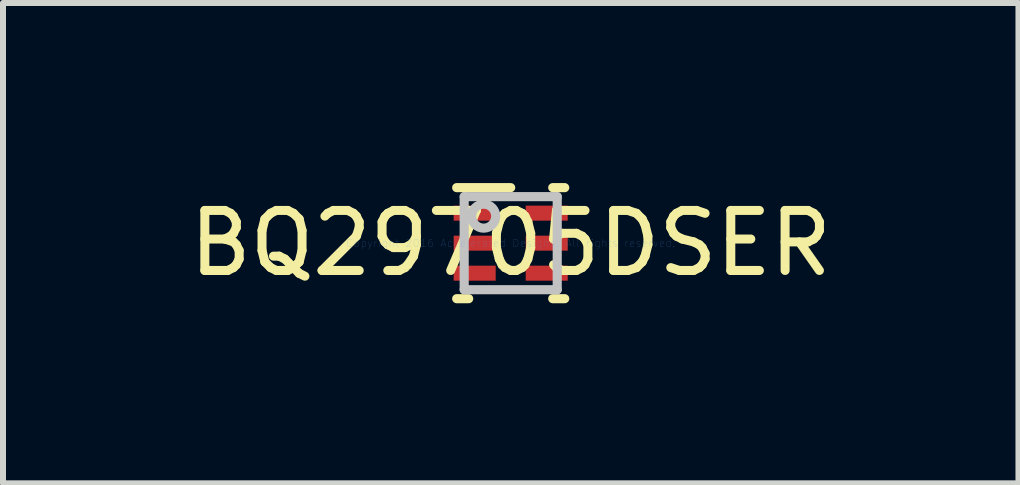
<source format=kicad_pcb>
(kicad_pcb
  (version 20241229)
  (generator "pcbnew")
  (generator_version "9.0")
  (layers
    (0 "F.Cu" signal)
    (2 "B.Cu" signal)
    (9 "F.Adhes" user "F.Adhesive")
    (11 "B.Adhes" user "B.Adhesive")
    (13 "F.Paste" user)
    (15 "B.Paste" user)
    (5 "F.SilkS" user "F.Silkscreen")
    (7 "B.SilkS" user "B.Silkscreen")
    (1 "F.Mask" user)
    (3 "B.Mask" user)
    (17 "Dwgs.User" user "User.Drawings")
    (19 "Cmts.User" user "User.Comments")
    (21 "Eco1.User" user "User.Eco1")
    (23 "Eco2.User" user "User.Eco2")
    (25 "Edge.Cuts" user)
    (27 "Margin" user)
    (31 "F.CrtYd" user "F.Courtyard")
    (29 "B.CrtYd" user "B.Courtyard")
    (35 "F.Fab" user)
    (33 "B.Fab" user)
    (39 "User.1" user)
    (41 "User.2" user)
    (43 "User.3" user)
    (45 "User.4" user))
  (footprint "BQ29705DSER"
    (layer "F.Cu")
    (at 5.458 1.001)
    (property "Reference" "BQ29705DSER" (at 0 0 0) (layer "F.SilkS") (effects (font (size 1 1) (thickness 0.15))))
    (attr through_hole)
    (fp_line (start -0.9 -0.925) (end 0 -0.925) (stroke (width 0.152) (type solid)) (layer "F.SilkS"))
    (fp_line (start -0.9 0.925) (end -0.7 0.925) (stroke (width 0.152) (type solid)) (layer "F.SilkS"))
    (fp_line (start 0.7 -0.925) (end 0.9 -0.925) (stroke (width 0.152) (type solid)) (layer "F.SilkS"))
    (fp_line (start 0.7 0.925) (end 0.9 0.925) (stroke (width 0.152) (type solid)) (layer "F.SilkS"))
    (fp_line (start -0.775 -0.775) (end 0.775 -0.775) (stroke (width 0.152) (type solid)) (layer "Dwgs.User"))
    (fp_line (start -0.775 0.775) (end -0.775 -0.775) (stroke (width 0.152) (type solid)) (layer "Dwgs.User"))
    (fp_line (start -0.775 0.775) (end 0.775 0.775) (stroke (width 0.152) (type solid)) (layer "Dwgs.User"))
    (fp_line (start 0.775 0.775) (end 0.775 -0.775) (stroke (width 0.152) (type solid)) (layer "Dwgs.User"))
    (fp_circle (center -0.45 -0.45) (end -0.25 -0.45) (stroke (width 0.152) (type solid)) (fill no) (layer "Dwgs.User"))
    (fp_text user "Copyright 2016 Accelerated Designs. All rights reserved." (at 0 0 0) (layer "Cmts.User") (effects (font (size 0.127 0.127) (thickness 0.002))))
    (pad "1" smd rect (at -0.62 -0.5) (size 0.66 0.25) (layers "F.Cu" "F.Mask" "F.Paste"))
    (pad "2" smd rect (at -0.6 0) (size 0.7 0.25) (layers "F.Cu" "F.Mask" "F.Paste"))
    (pad "3" smd rect (at -0.6 0.5) (size 0.7 0.25) (layers "F.Cu" "F.Mask" "F.Paste"))
    (pad "4" smd rect (at 0.6 0.5) (size 0.7 0.25) (layers "F.Cu" "F.Mask" "F.Paste"))
    (pad "5" smd rect (at 0.6 0) (size 0.7 0.25) (layers "F.Cu" "F.Mask" "F.Paste"))
    (pad "6" smd rect (at 0.6 -0.5) (size 0.7 0.25) (layers "F.Cu" "F.Mask" "F.Paste")))
  (gr_rect
    (start -3 -3)
    (end 13.917 5.002)
    (stroke (width 0.1) (type default))
    (fill no)
    (layer "Edge.Cuts")))
</source>
